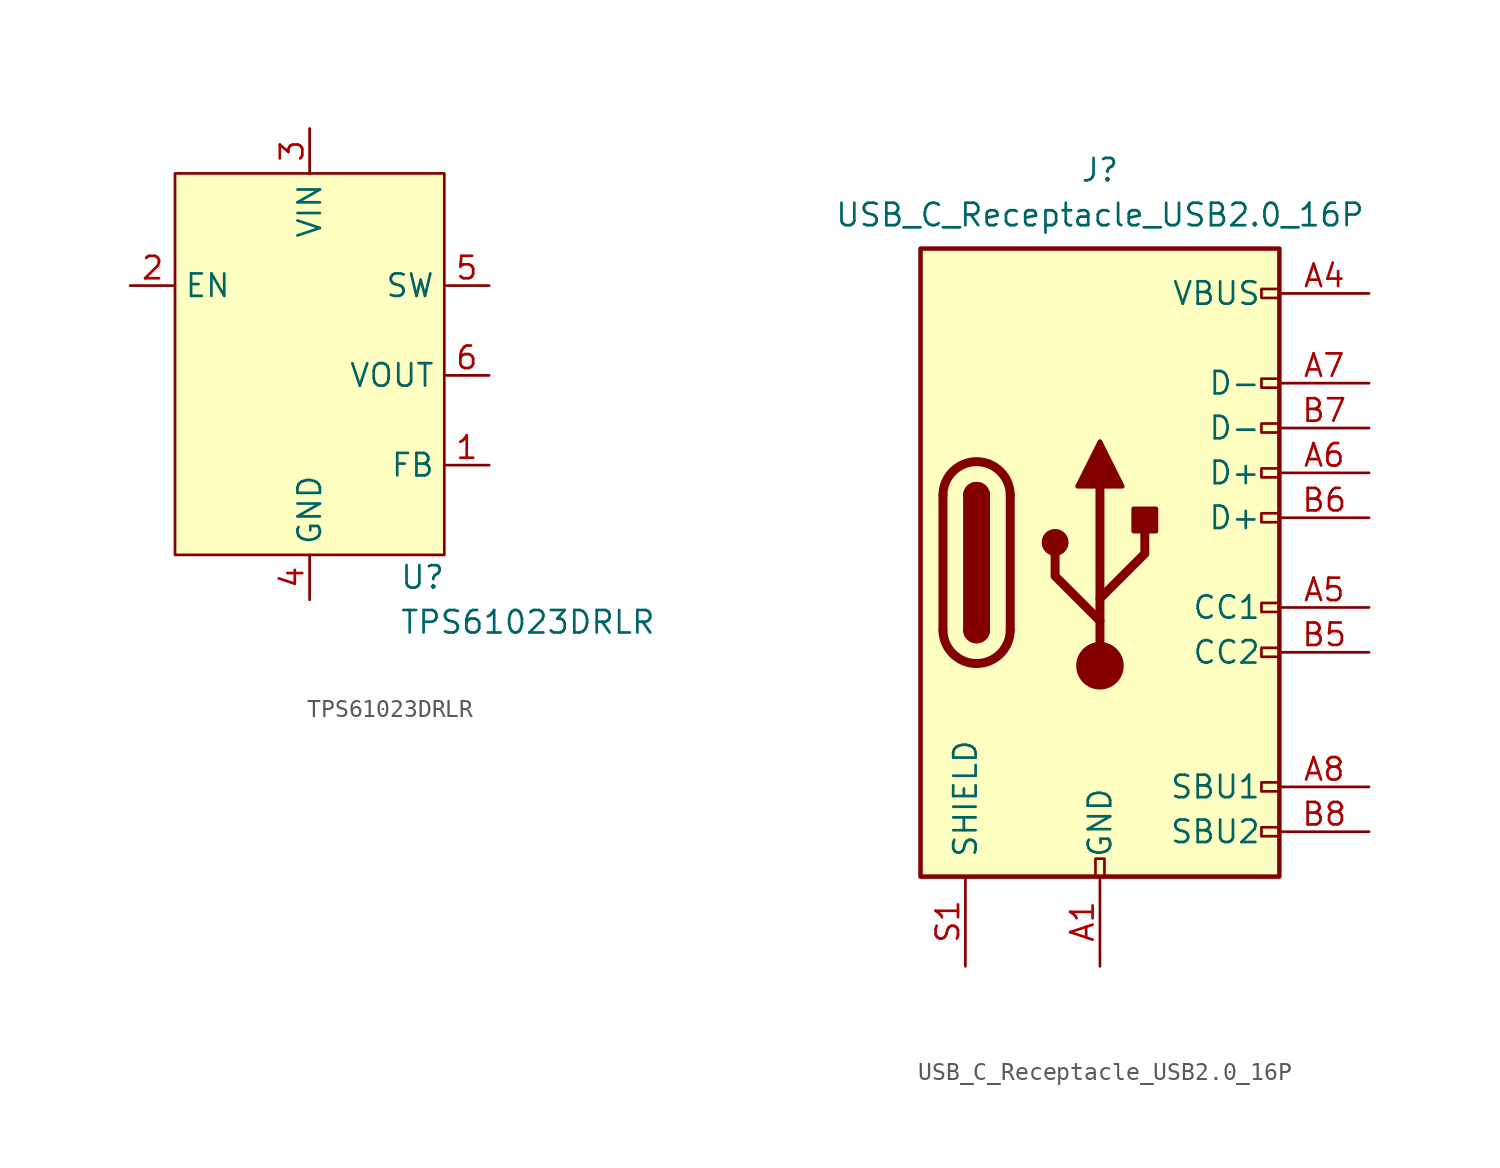
<source format=kicad_sym>
(kicad_symbol_lib
  (version 20241209)
  (generator "kicad_symbol_editor")
  (generator_version "9.0")
  (symbol "TPS61023DRLR"
    (property "Reference" "U"
      (at 5.08 -12.7 0)
      (effects (font (size 1.27 1.27)) (justify left)))
    (property "Value" "TPS61023DRLR"
      (at 5.08 -15.24 0)
      (effects (font (size 1.27 1.27)) (justify left)))
    (symbol "TPS61023DRLR_1_1"
      (rectangle (start -7.62 10.16) (end 7.62 -11.43) (stroke (width 0) (type solid)) (fill (type color) (color 255 255 194 1)))
      (pin input line (at -10.16 3.81 0) (length 2.54) (name "EN" (effects (font (size 1.27 1.27)))) (number "2" (effects (font (size 1.27 1.27)))))
      (pin power_in line (at 0 12.7 270) (length 2.54) (name "VIN" (effects (font (size 1.27 1.27)))) (number "3" (effects (font (size 1.27 1.27)))))
      (pin power_in line (at 0 -13.97 90) (length 2.54) (name "GND" (effects (font (size 1.27 1.27)))) (number "4" (effects (font (size 1.27 1.27)))))
      (pin bidirectional line (at 10.16 3.81 180) (length 2.54) (name "SW" (effects (font (size 1.27 1.27)))) (number "5" (effects (font (size 1.27 1.27)))))
      (pin power_out line (at 10.16 -1.27 180) (length 2.54) (name "VOUT" (effects (font (size 1.27 1.27)))) (number "6" (effects (font (size 1.27 1.27)))))
      (pin passive line (at 10.16 -6.35 180) (length 2.54) (name "FB" (effects (font (size 1.27 1.27)))) (number "1" (effects (font (size 1.27 1.27)))))))
  (symbol "USB_C_Receptacle_USB2.0_16P"
    (pin_names
      (offset 1.016))
    (property "Reference" "J"
      (at 0 22.225 0)
      (effects (font (size 1.27 1.27))))
    (property "Value" "USB_C_Receptacle_USB2.0_16P"
      (at 0 19.685 0)
      (effects (font (size 1.27 1.27))))
    (symbol "USB_C_Receptacle_USB2.0_16P_0_0"
      (rectangle (start -0.254 -17.78) (end 0.254 -16.764) (stroke (width 0) (type default)) (fill (type none)))
      (rectangle (start 9.144 5.334) (end 10.16 4.826) (stroke (width 0) (type default)) (fill (type none)))
      (rectangle (start 10.16 15.494) (end 9.144 14.986) (stroke (width 0) (type default)) (fill (type none)))
      (rectangle (start 10.16 10.414) (end 9.144 9.906) (stroke (width 0) (type default)) (fill (type none)))
      (rectangle (start 10.16 7.874) (end 9.144 7.366) (stroke (width 0) (type default)) (fill (type none)))
      (rectangle (start 10.16 2.794) (end 9.144 2.286) (stroke (width 0) (type default)) (fill (type none)))
      (rectangle (start 10.16 -2.286) (end 9.144 -2.794) (stroke (width 0) (type default)) (fill (type none)))
      (rectangle (start 10.16 -4.826) (end 9.144 -5.334) (stroke (width 0) (type default)) (fill (type none)))
      (rectangle (start 10.16 -12.446) (end 9.144 -12.954) (stroke (width 0) (type default)) (fill (type none)))
      (rectangle (start 10.16 -14.986) (end 9.144 -15.494) (stroke (width 0) (type default)) (fill (type none))))
    (symbol "USB_C_Receptacle_USB2.0_16P_0_1"
      (rectangle (start -10.16 17.78) (end 10.16 -17.78) (stroke (width 0.254) (type default)) (fill (type background)))
      (polyline (pts (xy -8.89 -3.81) (xy -8.89 3.81)) (stroke (width 0.508) (type default)) (fill (type none)))
      (rectangle (start -7.62 -3.81) (end -6.35 3.81) (stroke (width 0.254) (type default)) (fill (type outline)))
      (arc (start -7.62 3.81) (mid -6.985 4.4423) (end -6.35 3.81) (stroke (width 0.254) (type default)) (fill (type none)))
      (arc (start -7.62 3.81) (mid -6.985 4.4423) (end -6.35 3.81) (stroke (width 0.254) (type default)) (fill (type outline)))
      (arc (start -8.89 3.81) (mid -6.985 5.7067) (end -5.08 3.81) (stroke (width 0.508) (type default)) (fill (type none)))
      (arc (start -5.08 -3.81) (mid -6.985 -5.7067) (end -8.89 -3.81) (stroke (width 0.508) (type default)) (fill (type none)))
      (arc (start -6.35 -3.81) (mid -6.985 -4.4423) (end -7.62 -3.81) (stroke (width 0.254) (type default)) (fill (type none)))
      (arc (start -6.35 -3.81) (mid -6.985 -4.4423) (end -7.62 -3.81) (stroke (width 0.254) (type default)) (fill (type outline)))
      (polyline (pts (xy -5.08 3.81) (xy -5.08 -3.81)) (stroke (width 0.508) (type default)) (fill (type none)))
      (circle (center -2.54 1.143) (radius 0.635) (stroke (width 0.254) (type default)) (fill (type outline)))
      (polyline (pts (xy -1.27 4.318) (xy 0 6.858) (xy 1.27 4.318) (xy -1.27 4.318)) (stroke (width 0.254) (type default)) (fill (type outline)))
      (polyline (pts (xy 0 -2.032) (xy 2.54 0.508) (xy 2.54 1.778)) (stroke (width 0.508) (type default)) (fill (type none)))
      (polyline (pts (xy 0 -3.302) (xy -2.54 -0.762) (xy -2.54 0.508)) (stroke (width 0.508) (type default)) (fill (type none)))
      (polyline (pts (xy 0 -5.842) (xy 0 4.318)) (stroke (width 0.508) (type default)) (fill (type none)))
      (circle (center 0 -5.842) (radius 1.27) (stroke (width 0) (type default)) (fill (type outline)))
      (rectangle (start 1.905 1.778) (end 3.175 3.048) (stroke (width 0.254) (type default)) (fill (type outline))))
    (symbol "USB_C_Receptacle_USB2.0_16P_1_1"
      (pin passive line (at -7.62 -22.86 90) (length 5.08) (name "SHIELD" (effects (font (size 1.27 1.27)))) (number "S1" (effects (font (size 1.27 1.27)))))
      (pin passive line (at 0 -22.86 90) (length 5.08) (name "GND" (effects (font (size 1.27 1.27)))) (number "A1" (effects (font (size 1.27 1.27)))))
      (pin passive line (at 0 -22.86 90) (length 5.08) (hide yes) (name "GND" (effects (font (size 1.27 1.27)))) (number "A12" (effects (font (size 1.27 1.27)))))
      (pin passive line (at 0 -22.86 90) (length 5.08) (hide yes) (name "GND" (effects (font (size 1.27 1.27)))) (number "B1" (effects (font (size 1.27 1.27)))))
      (pin passive line (at 0 -22.86 90) (length 5.08) (hide yes) (name "GND" (effects (font (size 1.27 1.27)))) (number "B12" (effects (font (size 1.27 1.27)))))
      (pin passive line (at 15.24 15.24 180) (length 5.08) (name "VBUS" (effects (font (size 1.27 1.27)))) (number "A4" (effects (font (size 1.27 1.27)))))
      (pin passive line (at 15.24 15.24 180) (length 5.08) (hide yes) (name "VBUS" (effects (font (size 1.27 1.27)))) (number "A9" (effects (font (size 1.27 1.27)))))
      (pin passive line (at 15.24 15.24 180) (length 5.08) (hide yes) (name "VBUS" (effects (font (size 1.27 1.27)))) (number "B4" (effects (font (size 1.27 1.27)))))
      (pin passive line (at 15.24 15.24 180) (length 5.08) (hide yes) (name "VBUS" (effects (font (size 1.27 1.27)))) (number "B9" (effects (font (size 1.27 1.27)))))
      (pin bidirectional line (at 15.24 10.16 180) (length 5.08) (name "D-" (effects (font (size 1.27 1.27)))) (number "A7" (effects (font (size 1.27 1.27)))))
      (pin bidirectional line (at 15.24 7.62 180) (length 5.08) (name "D-" (effects (font (size 1.27 1.27)))) (number "B7" (effects (font (size 1.27 1.27)))))
      (pin bidirectional line (at 15.24 5.08 180) (length 5.08) (name "D+" (effects (font (size 1.27 1.27)))) (number "A6" (effects (font (size 1.27 1.27)))))
      (pin bidirectional line (at 15.24 2.54 180) (length 5.08) (name "D+" (effects (font (size 1.27 1.27)))) (number "B6" (effects (font (size 1.27 1.27)))))
      (pin bidirectional line (at 15.24 -2.54 180) (length 5.08) (name "CC1" (effects (font (size 1.27 1.27)))) (number "A5" (effects (font (size 1.27 1.27)))))
      (pin bidirectional line (at 15.24 -5.08 180) (length 5.08) (name "CC2" (effects (font (size 1.27 1.27)))) (number "B5" (effects (font (size 1.27 1.27)))))
      (pin bidirectional line (at 15.24 -12.7 180) (length 5.08) (name "SBU1" (effects (font (size 1.27 1.27)))) (number "A8" (effects (font (size 1.27 1.27)))))
      (pin bidirectional line (at 15.24 -15.24 180) (length 5.08) (name "SBU2" (effects (font (size 1.27 1.27)))) (number "B8" (effects (font (size 1.27 1.27))))))))
</source>
